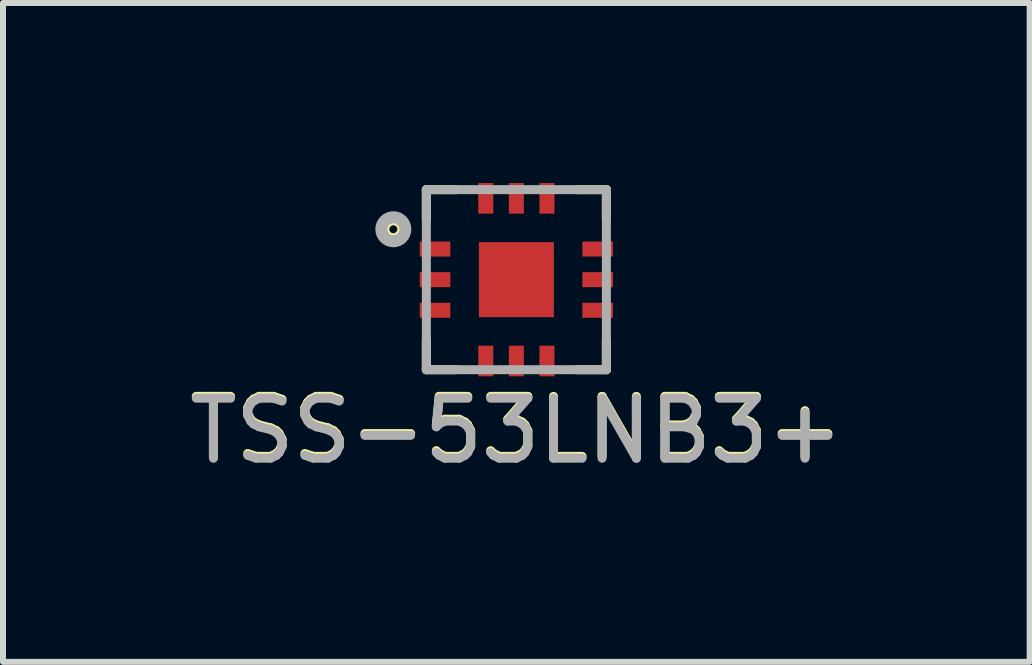
<source format=kicad_pcb>
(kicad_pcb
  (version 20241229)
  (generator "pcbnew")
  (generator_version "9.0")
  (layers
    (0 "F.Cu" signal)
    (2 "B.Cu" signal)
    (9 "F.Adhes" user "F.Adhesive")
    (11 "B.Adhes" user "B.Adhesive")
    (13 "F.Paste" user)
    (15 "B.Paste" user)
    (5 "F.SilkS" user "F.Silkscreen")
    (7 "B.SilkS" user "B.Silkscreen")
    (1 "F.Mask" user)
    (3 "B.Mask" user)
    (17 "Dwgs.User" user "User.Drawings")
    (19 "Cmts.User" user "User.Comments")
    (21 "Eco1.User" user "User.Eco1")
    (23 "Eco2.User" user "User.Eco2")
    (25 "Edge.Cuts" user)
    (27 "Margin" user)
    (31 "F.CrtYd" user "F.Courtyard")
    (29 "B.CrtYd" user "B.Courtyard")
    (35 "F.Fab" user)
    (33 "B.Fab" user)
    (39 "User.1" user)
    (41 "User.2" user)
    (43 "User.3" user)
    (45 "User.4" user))
  (footprint "TSS-53LNB3+"
    (layer "F.Cu")
    (at 5.554 1.61)
    (property "Reference" "TSS-53LNB3+" (at 0 2.49 0) (layer "F.SilkS") (effects (font (size 1 1) (thickness 0.15))))
    (attr smd)
    (fp_line (start -1.5 -1.5) (end -1.5 -1) (stroke (width 0.15) (type solid)) (layer "F.SilkS"))
    (fp_line (start -1.5 -1.5) (end -1 -1.5) (stroke (width 0.15) (type solid)) (layer "F.SilkS"))
    (fp_line (start -1.5 1) (end -1.5 1.5) (stroke (width 0.15) (type solid)) (layer "F.SilkS"))
    (fp_line (start -1.5 1.5) (end -1 1.5) (stroke (width 0.15) (type solid)) (layer "F.SilkS"))
    (fp_line (start 1 -1.5) (end 1.5 -1.5) (stroke (width 0.15) (type solid)) (layer "F.SilkS"))
    (fp_line (start 1 1.5) (end 1.5 1.5) (stroke (width 0.15) (type solid)) (layer "F.SilkS"))
    (fp_line (start 1.5 -1.5) (end 1.5 -1) (stroke (width 0.15) (type solid)) (layer "F.SilkS"))
    (fp_line (start 1.5 1) (end 1.5 1.5) (stroke (width 0.15) (type solid)) (layer "F.SilkS"))
    (fp_circle (center -2.05 -0.84) (end -2.15 -0.94) (stroke (width 0.15) (type solid)) (fill no) (layer "F.SilkS"))
    (fp_line (start -1.5 -1.5) (end -1.5 1.5) (stroke (width 0.15) (type solid)) (layer "F.Fab"))
    (fp_line (start -1.5 -1.5) (end 1.5 -1.5) (stroke (width 0.15) (type solid)) (layer "F.Fab"))
    (fp_line (start -1.5 1.5) (end 1.5 1.5) (stroke (width 0.15) (type solid)) (layer "F.Fab"))
    (fp_line (start 1.5 -1.5) (end 1.5 1.5) (stroke (width 0.15) (type solid)) (layer "F.Fab"))
    (fp_circle (center -2.05 -0.84) (end -2.05 -1.04) (stroke (width 0.2) (type solid)) (fill no) (layer "F.Fab"))
    (fp_text user "${REFERENCE}" (at 0 2.52 0) (layer "F.Fab") (effects (font (size 1 1) (thickness 0.15))))
    (pad "1" smd rect (at -1.355 -0.51) (size 0.51 0.25) (layers "F.Cu" "F.Mask" "F.Paste"))
    (pad "2" smd rect (at -1.355 0) (size 0.51 0.25) (layers "F.Cu" "F.Mask" "F.Paste"))
    (pad "3" smd rect (at -1.355 0.51) (size 0.51 0.25) (layers "F.Cu" "F.Mask" "F.Paste"))
    (pad "4" smd rect (at -0.51 1.355 90) (size 0.51 0.25) (layers "F.Cu" "F.Mask" "F.Paste"))
    (pad "5" smd rect (at 0 1.355 90) (size 0.51 0.25) (layers "F.Cu" "F.Mask" "F.Paste"))
    (pad "6" smd rect (at 0.51 1.355 90) (size 0.51 0.25) (layers "F.Cu" "F.Mask" "F.Paste"))
    (pad "7" smd rect (at 1.355 0.51) (size 0.51 0.25) (layers "F.Cu" "F.Mask" "F.Paste"))
    (pad "8" smd rect (at 1.355 0) (size 0.51 0.25) (layers "F.Cu" "F.Mask" "F.Paste"))
    (pad "9" smd rect (at 1.355 -0.51) (size 0.51 0.25) (layers "F.Cu" "F.Mask" "F.Paste"))
    (pad "10" smd rect (at 0.51 -1.355 90) (size 0.51 0.25) (layers "F.Cu" "F.Mask" "F.Paste"))
    (pad "11" smd rect (at 0 -1.355 90) (size 0.51 0.25) (layers "F.Cu" "F.Mask" "F.Paste"))
    (pad "12" smd rect (at -0.51 -1.355 90) (size 0.51 0.25) (layers "F.Cu" "F.Mask" "F.Paste"))
    (pad "13" smd rect (at 0 0) (size 1.25 1.25) (layers "F.Cu" "F.Mask" "F.Paste")))
  (gr_rect
    (start -3 -3)
    (end 14.107 7.978)
    (stroke (width 0.1) (type default))
    (fill no)
    (layer "Edge.Cuts")))
</source>
